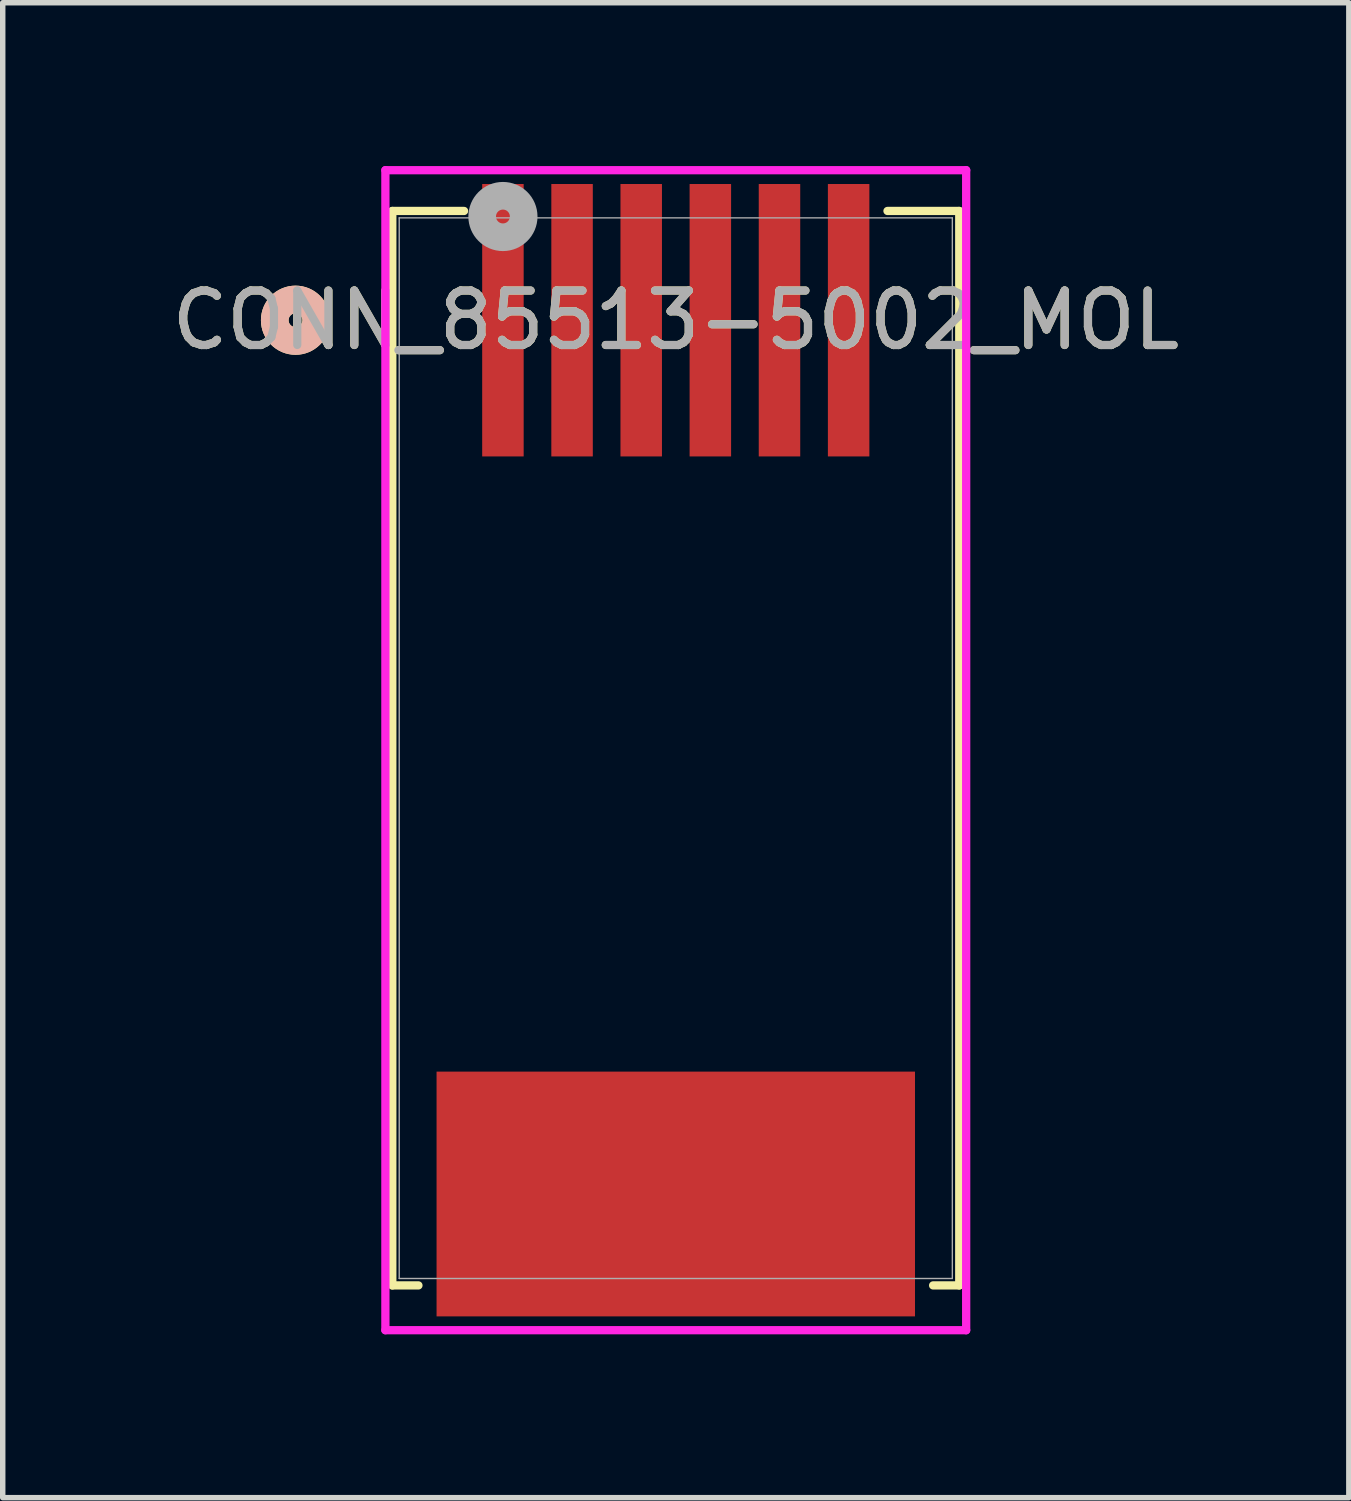
<source format=kicad_pcb>
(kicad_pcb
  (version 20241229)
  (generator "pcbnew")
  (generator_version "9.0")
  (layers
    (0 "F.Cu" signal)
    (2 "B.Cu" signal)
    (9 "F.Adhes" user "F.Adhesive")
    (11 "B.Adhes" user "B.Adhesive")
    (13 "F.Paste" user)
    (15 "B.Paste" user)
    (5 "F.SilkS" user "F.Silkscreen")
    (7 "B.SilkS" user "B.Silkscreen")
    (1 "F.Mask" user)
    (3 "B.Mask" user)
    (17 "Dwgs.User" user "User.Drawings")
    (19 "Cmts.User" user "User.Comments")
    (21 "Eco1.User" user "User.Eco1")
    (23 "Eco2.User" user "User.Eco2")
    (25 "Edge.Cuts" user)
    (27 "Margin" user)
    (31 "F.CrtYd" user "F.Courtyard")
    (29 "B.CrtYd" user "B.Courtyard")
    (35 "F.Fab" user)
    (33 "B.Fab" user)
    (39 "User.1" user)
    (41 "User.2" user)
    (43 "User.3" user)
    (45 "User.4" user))
  (footprint "CONN_85513-5002_MOL"
    (layer "F.Cu")
    (at 9.363 10.693)
    (property "Reference" "CONN_85513-5002_MOL" (at 0 -7.861 0) (unlocked yes) (layer "F.SilkS") (effects (font (size 1 1) (thickness 0.15))))
    (attr smd)
    (fp_line (start -5.207 -9.868) (end -5.207 9.868) (stroke (width 0.152) (type solid)) (layer "F.SilkS"))
    (fp_line (start -5.207 9.868) (end -4.727 9.868) (stroke (width 0.152) (type solid)) (layer "F.SilkS"))
    (fp_line (start -3.889 -9.868) (end -5.207 -9.868) (stroke (width 0.152) (type solid)) (layer "F.SilkS"))
    (fp_line (start 4.727 9.868) (end 5.207 9.868) (stroke (width 0.152) (type solid)) (layer "F.SilkS"))
    (fp_line (start 5.207 -9.868) (end 3.889 -9.868) (stroke (width 0.152) (type solid)) (layer "F.SilkS"))
    (fp_line (start 5.207 9.868) (end 5.207 -9.868) (stroke (width 0.152) (type solid)) (layer "F.SilkS"))
    (fp_circle (center -6.985 -7.861) (end -6.604 -7.861) (stroke (width 0.508) (type solid)) (fill no) (layer "F.SilkS"))
    (fp_circle (center -6.985 -7.861) (end -6.604 -7.861) (stroke (width 0.508) (type solid)) (fill no) (layer "B.SilkS"))
    (fp_line (start -5.334 -10.617) (end -5.334 10.691) (stroke (width 0.152) (type solid)) (layer "F.CrtYd"))
    (fp_line (start -5.334 10.691) (end 5.334 10.691) (stroke (width 0.152) (type solid)) (layer "F.CrtYd"))
    (fp_line (start 5.334 -10.617) (end -5.334 -10.617) (stroke (width 0.152) (type solid)) (layer "F.CrtYd"))
    (fp_line (start 5.334 10.691) (end 5.334 -10.617) (stroke (width 0.152) (type solid)) (layer "F.CrtYd"))
    (fp_line (start -5.08 -9.741) (end -5.08 9.741) (stroke (width 0.025) (type solid)) (layer "F.Fab"))
    (fp_line (start -5.08 9.741) (end 5.08 9.741) (stroke (width 0.025) (type solid)) (layer "F.Fab"))
    (fp_line (start 5.08 -9.741) (end -5.08 -9.741) (stroke (width 0.025) (type solid)) (layer "F.Fab"))
    (fp_line (start 5.08 9.741) (end 5.08 -9.741) (stroke (width 0.025) (type solid)) (layer "F.Fab"))
    (fp_circle (center -3.175 -9.766) (end -2.794 -9.766) (stroke (width 0.508) (type solid)) (fill no) (layer "F.Fab"))
    (fp_text user "${REFERENCE}" (at 0 -7.861 0) (unlocked yes) (layer "F.Fab") (effects (font (size 1 1) (thickness 0.15))))
    (pad "1" smd rect (at -3.175 -7.861) (size 0.762 5.004) (layers "F.Cu" "F.Mask" "F.Paste"))
    (pad "2" smd rect (at -1.905 -7.861) (size 0.762 5.004) (layers "F.Cu" "F.Mask" "F.Paste"))
    (pad "3" smd rect (at -0.635 -7.861) (size 0.762 5.004) (layers "F.Cu" "F.Mask" "F.Paste"))
    (pad "4" smd rect (at 0.635 -7.861) (size 0.762 5.004) (layers "F.Cu" "F.Mask" "F.Paste"))
    (pad "5" smd rect (at 1.905 -7.861) (size 0.762 5.004) (layers "F.Cu" "F.Mask" "F.Paste"))
    (pad "6" smd rect (at 3.175 -7.861) (size 0.762 5.004) (layers "F.Cu" "F.Mask" "F.Paste"))
    (pad "7" smd rect (at 0 8.189) (size 8.788 4.496) (layers "F.Cu" "F.Mask" "F.Paste")))
  (gr_rect
    (start -3 -3)
    (end 21.726 24.46)
    (stroke (width 0.1) (type default))
    (fill no)
    (layer "Edge.Cuts")))
</source>
